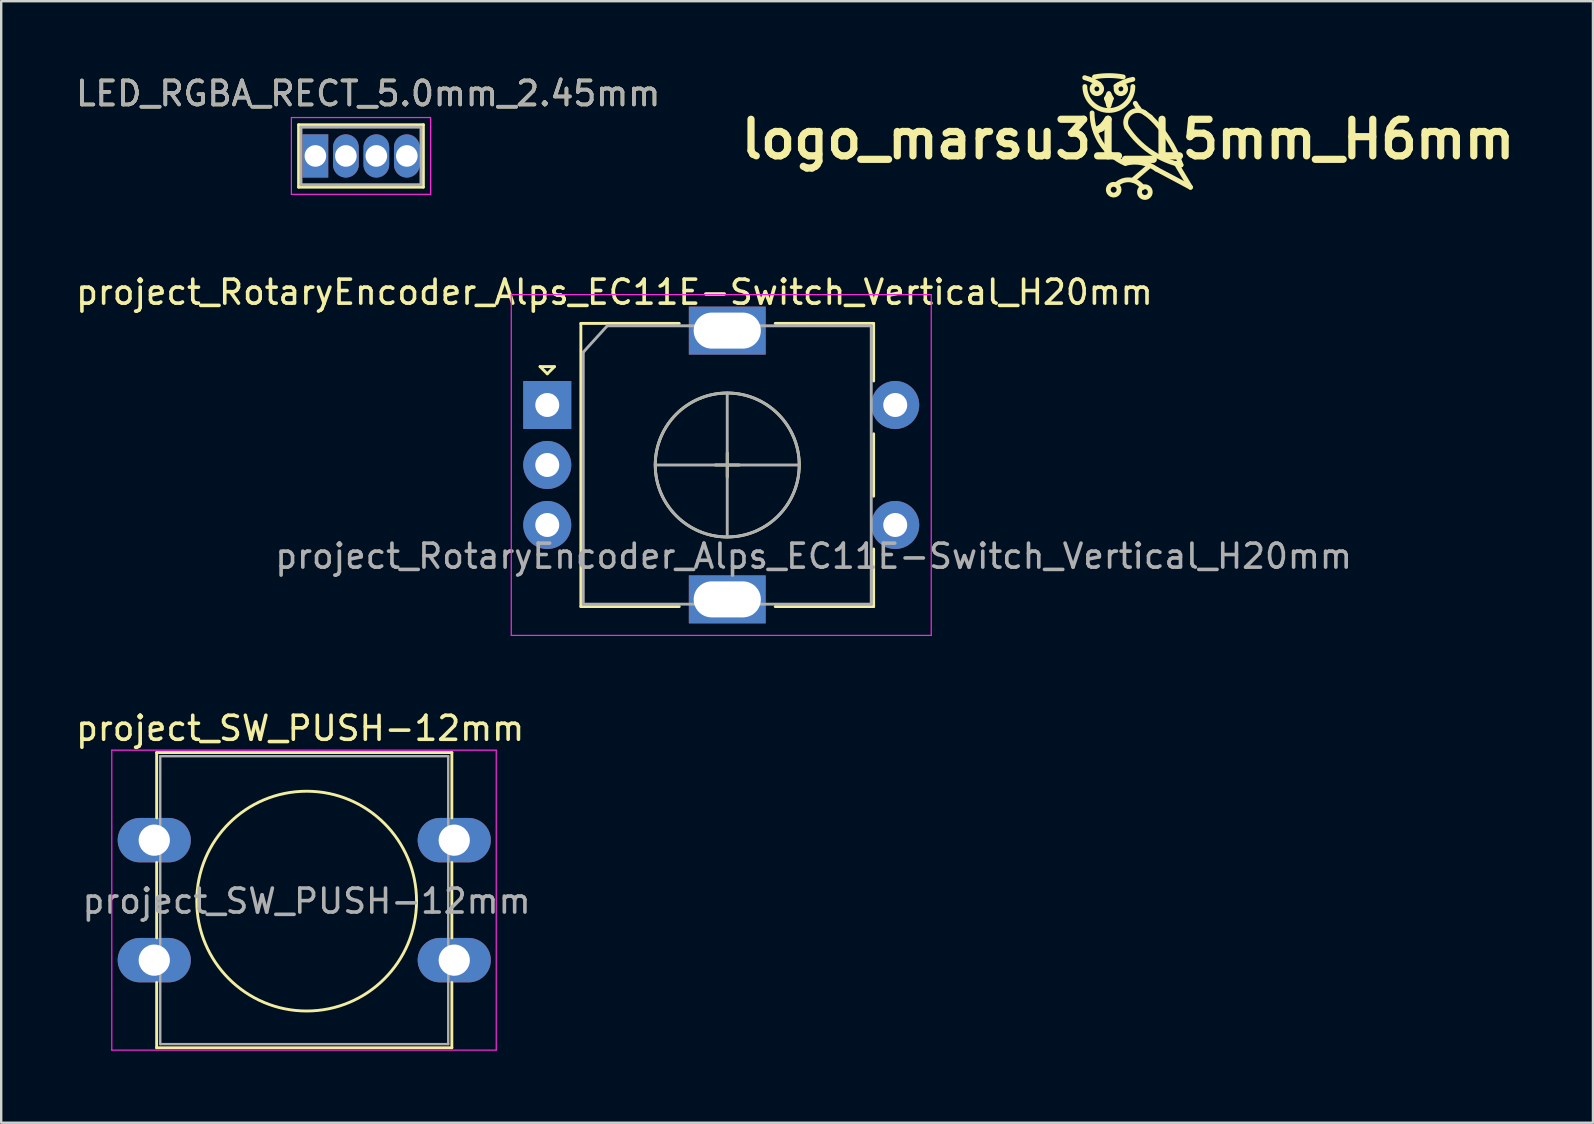
<source format=kicad_pcb>
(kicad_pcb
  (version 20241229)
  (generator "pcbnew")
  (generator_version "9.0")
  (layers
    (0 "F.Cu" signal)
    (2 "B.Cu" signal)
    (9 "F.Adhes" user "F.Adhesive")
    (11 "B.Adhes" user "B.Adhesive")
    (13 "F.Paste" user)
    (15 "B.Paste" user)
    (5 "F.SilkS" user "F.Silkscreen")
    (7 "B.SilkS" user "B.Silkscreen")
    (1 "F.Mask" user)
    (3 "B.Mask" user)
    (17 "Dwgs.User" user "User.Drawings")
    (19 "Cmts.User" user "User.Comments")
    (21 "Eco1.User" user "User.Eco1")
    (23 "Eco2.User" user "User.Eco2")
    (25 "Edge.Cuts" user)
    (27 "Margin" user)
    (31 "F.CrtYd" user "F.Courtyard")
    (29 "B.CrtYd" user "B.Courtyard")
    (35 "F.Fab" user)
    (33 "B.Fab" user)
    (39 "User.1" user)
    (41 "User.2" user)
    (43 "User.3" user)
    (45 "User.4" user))
  (footprint "LED_RGBA_RECT_5.0mm_2.45mm"
    (layer "F.Cu")
    (at 10.092 3.448)
    (property "Reference" "LED_RGBA_RECT_5.0mm_2.45mm" (at 2.2 -2.6 0) (layer "F.SilkS") (effects (font (size 1 1) (thickness 0.15))))
    (attr through_hole)
    (fp_line (start -0.7 -1.3) (end 4.5 -1.3) (stroke (width 0.12) (type solid)) (layer "F.SilkS"))
    (fp_line (start -0.7 1.3) (end -0.7 -1.3) (stroke (width 0.12) (type solid)) (layer "F.SilkS"))
    (fp_line (start 4.5 -1.3) (end 4.5 1.3) (stroke (width 0.12) (type solid)) (layer "F.SilkS"))
    (fp_line (start 4.5 1.3) (end -0.7 1.3) (stroke (width 0.12) (type solid)) (layer "F.SilkS"))
    (fp_line (start -1 -1.6) (end -1 1.6) (stroke (width 0.05) (type solid)) (layer "F.CrtYd"))
    (fp_line (start -1 1.6) (end 4.8 1.6) (stroke (width 0.05) (type solid)) (layer "F.CrtYd"))
    (fp_line (start 4.8 -1.6) (end -1 -1.6) (stroke (width 0.05) (type solid)) (layer "F.CrtYd"))
    (fp_line (start 4.8 1.6) (end 4.8 -1.6) (stroke (width 0.05) (type solid)) (layer "F.CrtYd"))
    (fp_line (start -0.6 -1.2) (end 4.4 -1.2) (stroke (width 0.12) (type solid)) (layer "F.Fab"))
    (fp_line (start -0.6 1.2) (end -0.6 -1.2) (stroke (width 0.12) (type solid)) (layer "F.Fab"))
    (fp_line (start 4.4 -1.2) (end 4.4 1.2) (stroke (width 0.12) (type solid)) (layer "F.Fab"))
    (fp_line (start 4.4 1.2) (end -0.6 1.2) (stroke (width 0.12) (type solid)) (layer "F.Fab"))
    (fp_text user "${REFERENCE}" (at 2.2 -2.6 0) (layer "F.Fab") (effects (font (size 1 1) (thickness 0.15))))
    (pad "1" thru_hole rect (at 0 0) (size 1.07 1.8) (drill 0.9) (layers "*.Cu" "*.Mask"))
    (pad "2" thru_hole oval (at 1.27 0) (size 1.07 1.8) (drill 0.9) (layers "*.Cu" "*.Mask"))
    (pad "3" thru_hole oval (at 2.54 0) (size 1.07 1.8) (drill 0.9) (layers "*.Cu" "*.Mask"))
    (pad "4" thru_hole oval (at 3.81 0) (size 1.07 1.8) (drill 0.9) (layers "*.Cu" "*.Mask")))
  (footprint "project_RotaryEncoder_Alps_EC11E-Switch_Vertical_H20mm"
    (layer "F.Cu")
    (at 19.754 13.826)
    (property "Reference" "project_RotaryEncoder_Alps_EC11E-Switch_Vertical_H20mm" (at 2.8 -4.7 0) (layer "F.SilkS") (effects (font (size 1 1) (thickness 0.15))))
    (attr through_hole)
    (fp_line (start -0.3 -1.6) (end 0.3 -1.6) (stroke (width 0.12) (type solid)) (layer "F.SilkS"))
    (fp_line (start 0 -1.3) (end -0.3 -1.6) (stroke (width 0.12) (type solid)) (layer "F.SilkS"))
    (fp_line (start 0.3 -1.6) (end 0 -1.3) (stroke (width 0.12) (type solid)) (layer "F.SilkS"))
    (fp_line (start 1.4 -3.4) (end 1.4 8.4) (stroke (width 0.12) (type solid)) (layer "F.SilkS"))
    (fp_line (start 5.5 -3.4) (end 1.4 -3.4) (stroke (width 0.12) (type solid)) (layer "F.SilkS"))
    (fp_line (start 5.5 8.4) (end 1.4 8.4) (stroke (width 0.12) (type solid)) (layer "F.SilkS"))
    (fp_line (start 7 2.5) (end 8 2.5) (stroke (width 0.12) (type solid)) (layer "F.SilkS"))
    (fp_line (start 7.5 2) (end 7.5 3) (stroke (width 0.12) (type solid)) (layer "F.SilkS"))
    (fp_line (start 9.5 -3.4) (end 13.6 -3.4) (stroke (width 0.12) (type solid)) (layer "F.SilkS"))
    (fp_line (start 13.6 -3.4) (end 13.6 -1) (stroke (width 0.12) (type solid)) (layer "F.SilkS"))
    (fp_line (start 13.6 1.2) (end 13.6 3.8) (stroke (width 0.12) (type solid)) (layer "F.SilkS"))
    (fp_line (start 13.6 6) (end 13.6 8.4) (stroke (width 0.12) (type solid)) (layer "F.SilkS"))
    (fp_line (start 13.6 8.4) (end 9.5 8.4) (stroke (width 0.12) (type solid)) (layer "F.SilkS"))
    (fp_circle (center 7.5 2.5) (end 10.5 2.5) (stroke (width 0.12) (type solid)) (fill no) (layer "F.SilkS"))
    (fp_line (start -1.5 -4.6) (end -1.5 9.6) (stroke (width 0.05) (type solid)) (layer "F.CrtYd"))
    (fp_line (start -1.5 -4.6) (end 16 -4.6) (stroke (width 0.05) (type solid)) (layer "F.CrtYd"))
    (fp_line (start 16 9.6) (end -1.5 9.6) (stroke (width 0.05) (type solid)) (layer "F.CrtYd"))
    (fp_line (start 16 9.6) (end 16 -4.6) (stroke (width 0.05) (type solid)) (layer "F.CrtYd"))
    (fp_line (start 1.5 -2.2) (end 2.5 -3.3) (stroke (width 0.12) (type solid)) (layer "F.Fab"))
    (fp_line (start 1.5 8.3) (end 1.5 -2.2) (stroke (width 0.12) (type solid)) (layer "F.Fab"))
    (fp_line (start 2.5 -3.3) (end 13.5 -3.3) (stroke (width 0.12) (type solid)) (layer "F.Fab"))
    (fp_line (start 4.5 2.5) (end 10.5 2.5) (stroke (width 0.12) (type solid)) (layer "F.Fab"))
    (fp_line (start 7.5 -0.5) (end 7.5 5.5) (stroke (width 0.12) (type solid)) (layer "F.Fab"))
    (fp_line (start 13.5 -3.3) (end 13.5 8.3) (stroke (width 0.12) (type solid)) (layer "F.Fab"))
    (fp_line (start 13.5 8.3) (end 1.5 8.3) (stroke (width 0.12) (type solid)) (layer "F.Fab"))
    (fp_circle (center 7.5 2.5) (end 10.5 2.5) (stroke (width 0.12) (type solid)) (fill no) (layer "F.Fab"))
    (fp_text user "${REFERENCE}" (at 11.1 6.3 0) (layer "F.Fab") (effects (font (size 1 1) (thickness 0.15))))
    (pad "A" thru_hole rect (at 0 0) (size 2 2) (drill 1) (layers "*.Cu" "*.Mask"))
    (pad "B" thru_hole circle (at 0 5) (size 2 2) (drill 1) (layers "*.Cu" "*.Mask"))
    (pad "C" thru_hole circle (at 0 2.5) (size 2 2) (drill 1) (layers "*.Cu" "*.Mask"))
    (pad "MP" thru_hole rect (at 7.5 -3.1) (size 3.2 2) (drill oval 2.8 1.5) (layers "*.Cu" "*.Mask"))
    (pad "MP" thru_hole rect (at 7.5 8.1) (size 3.2 2) (drill oval 2.8 1.5) (layers "*.Cu" "*.Mask"))
    (pad "S1" thru_hole circle (at 14.5 5) (size 2 2) (drill 1) (layers "*.Cu" "*.Mask"))
    (pad "S2" thru_hole circle (at 14.5 0) (size 2 2) (drill 1) (layers "*.Cu" "*.Mask")))
  (footprint "project_SW_PUSH-12mm"
    (layer "F.Cu")
    (at 3.378 31.959)
    (property "Reference" "project_SW_PUSH-12mm" (at 6.08 -4.66 0) (layer "F.SilkS") (effects (font (size 1 1) (thickness 0.15))))
    (attr through_hole)
    (fp_line (start 0.1 -3.65) (end 12.4 -3.65) (stroke (width 0.12) (type solid)) (layer "F.SilkS"))
    (fp_line (start 0.1 -0.93) (end 0.1 -3.65) (stroke (width 0.12) (type solid)) (layer "F.SilkS"))
    (fp_line (start 0.1 4.07) (end 0.1 0.93) (stroke (width 0.12) (type solid)) (layer "F.SilkS"))
    (fp_line (start 0.1 8.65) (end 0.1 5.93) (stroke (width 0.12) (type solid)) (layer "F.SilkS"))
    (fp_line (start 12.4 -3.65) (end 12.4 -0.93) (stroke (width 0.12) (type solid)) (layer "F.SilkS"))
    (fp_line (start 12.4 0.93) (end 12.4 4.07) (stroke (width 0.12) (type solid)) (layer "F.SilkS"))
    (fp_line (start 12.4 5.93) (end 12.4 8.65) (stroke (width 0.12) (type solid)) (layer "F.SilkS"))
    (fp_line (start 12.4 8.65) (end 0.1 8.65) (stroke (width 0.12) (type solid)) (layer "F.SilkS"))
    (fp_circle (center 6.35 2.54) (end 10.16 5.08) (stroke (width 0.12) (type solid)) (fill no) (layer "F.SilkS"))
    (fp_line (start -1.77 -3.75) (end -1.77 8.75) (stroke (width 0.05) (type solid)) (layer "F.CrtYd"))
    (fp_line (start -1.77 -3.75) (end 14.25 -3.75) (stroke (width 0.05) (type solid)) (layer "F.CrtYd"))
    (fp_line (start 14.25 8.75) (end -1.77 8.75) (stroke (width 0.05) (type solid)) (layer "F.CrtYd"))
    (fp_line (start 14.25 8.75) (end 14.25 -3.75) (stroke (width 0.05) (type solid)) (layer "F.CrtYd"))
    (fp_line (start 0.25 -3.5) (end 0.25 8.5) (stroke (width 0.1) (type solid)) (layer "F.Fab"))
    (fp_line (start 0.25 -3.5) (end 12.25 -3.5) (stroke (width 0.1) (type solid)) (layer "F.Fab"))
    (fp_line (start 0.25 8.5) (end 12.25 8.5) (stroke (width 0.1) (type solid)) (layer "F.Fab"))
    (fp_line (start 12.25 -3.5) (end 12.25 8.5) (stroke (width 0.1) (type solid)) (layer "F.Fab"))
    (fp_text user "${REFERENCE}" (at 6.35 2.54 0) (layer "F.Fab") (effects (font (size 1 1) (thickness 0.15))))
    (pad "1" thru_hole oval (at 0 0) (size 3.048 1.85) (drill 1.3) (layers "*.Cu" "*.Mask"))
    (pad "1" thru_hole oval (at 12.5 0) (size 3.048 1.85) (drill 1.3) (layers "*.Cu" "*.Mask"))
    (pad "2" thru_hole oval (at 0 5) (size 3.048 1.85) (drill 1.3) (layers "*.Cu" "*.Mask"))
    (pad "2" thru_hole oval (at 12.5 5) (size 3.048 1.85) (drill 1.3) (layers "*.Cu" "*.Mask")))
  (footprint "logo_marsu31_L5mm_H6mm"
    (layer "F.Cu")
    (at 43.956 2.754)
    (property "Reference" "logo_marsu31_L5mm_H6mm" (at 0 0 0) (layer "F.SilkS") (effects (font (size 1.524 1.524) (thickness 0.3))))
    (attr through_hole)
    (fp_line (start -0.9 -1.7) (end -0.8 -1.4) (stroke (width 0.2) (type solid)) (layer "F.SilkS"))
    (fp_line (start -0.8 -1.9) (end -0.9 -1.7) (stroke (width 0.2) (type solid)) (layer "F.SilkS"))
    (fp_line (start -0.8 -1.4) (end -0.7 -1.7) (stroke (width 0.2) (type solid)) (layer "F.SilkS"))
    (fp_line (start -0.7 -1.7) (end -0.8 -1.9) (stroke (width 0.2) (type solid)) (layer "F.SilkS"))
    (fp_line (start 0.2 1.7) (end 0.9 1.1) (stroke (width 0.2) (type solid)) (layer "F.SilkS"))
    (fp_line (start 0.7 -1.1) (end 0.928 -0.929) (stroke (width 0.2) (type solid)) (layer "F.SilkS"))
    (fp_line (start 1.187 1.247) (end 2.6 2) (stroke (width 0.2) (type solid)) (layer "F.SilkS"))
    (fp_line (start 2.6 2) (end 2 1) (stroke (width 0.2) (type solid)) (layer "F.SilkS"))
    (fp_arc (start -1.808717 -2.568037) (mid -1.494387 -2.456664) (end -1.2 -2.3) (stroke (width 0.2) (type solid)) (layer "F.SilkS"))
    (fp_arc (start -1.4 -2.600101) (mid -0.800275 -2.654102) (end -0.200559 -2.6) (stroke (width 0.2) (type solid)) (layer "F.SilkS"))
    (fp_arc (start -0.50802 -2.212394) (mid -0.1676 -2.389654) (end 0.2 -2.5) (stroke (width 0.2) (type solid)) (layer "F.SilkS"))
    (fp_arc (start -0.5 1.9) (mid 0.080931 1.692397) (end 0.609811 2.009991) (stroke (width 0.2) (type solid)) (layer "F.SilkS"))
    (fp_arc (start -0.117123 1.009238) (mid -1.123458 0.161074) (end -1.5 -1.1) (stroke (width 0.2) (type solid)) (layer "F.SilkS"))
    (fp_arc (start -0.1 1) (mid 0.570511 0.981403) (end 1.18665 1.24655) (stroke (width 0.2) (type solid)) (layer "F.SilkS"))
    (fp_arc (start -0.04735 -0.476666) (mid 0.079743 -1.083974) (end 0.7 -1.1) (stroke (width 0.2) (type solid)) (layer "F.SilkS"))
    (fp_arc (start 0.2 -2.2) (mid -0.8 -1.2) (end -1.8 -2.2) (stroke (width 0.2) (type solid)) (layer "F.SilkS"))
    (fp_arc (start 0.458326 -1.264077) (mid 0.371638 -1.376989) (end 0.300001 -1.500001) (stroke (width 0.2) (type solid)) (layer "F.SilkS"))
    (fp_arc (start 0.927841 -0.928615) (mid 1.682706 -0.0028) (end 2.20649 1.070794) (stroke (width 0.2) (type solid)) (layer "F.SilkS"))
    (fp_arc (start 2.206491 1.070793) (mid 0.929564 0.515545) (end -0.04735 -0.476666) (stroke (width 0.2) (type solid)) (layer "F.SilkS"))
    (fp_circle (center -1.3 -2.1) (end -1.1 -2.1) (stroke (width 0.2) (type solid)) (fill no) (layer "F.SilkS"))
    (fp_circle (center -0.6 2.1) (end -0.376 2.1) (stroke (width 0.2) (type solid)) (fill no) (layer "F.SilkS"))
    (fp_circle (center -0.3 -2.1) (end -0.1 -2.1) (stroke (width 0.2) (type solid)) (fill no) (layer "F.SilkS"))
    (fp_circle (center 0.7 2.2) (end 0.924 2.2) (stroke (width 0.2) (type solid)) (fill no) (layer "F.SilkS")))
  (gr_rect
    (start -3 -3)
    (end 63.328 43.734)
    (stroke (width 0.1) (type default))
    (fill no)
    (layer "Edge.Cuts")))
</source>
